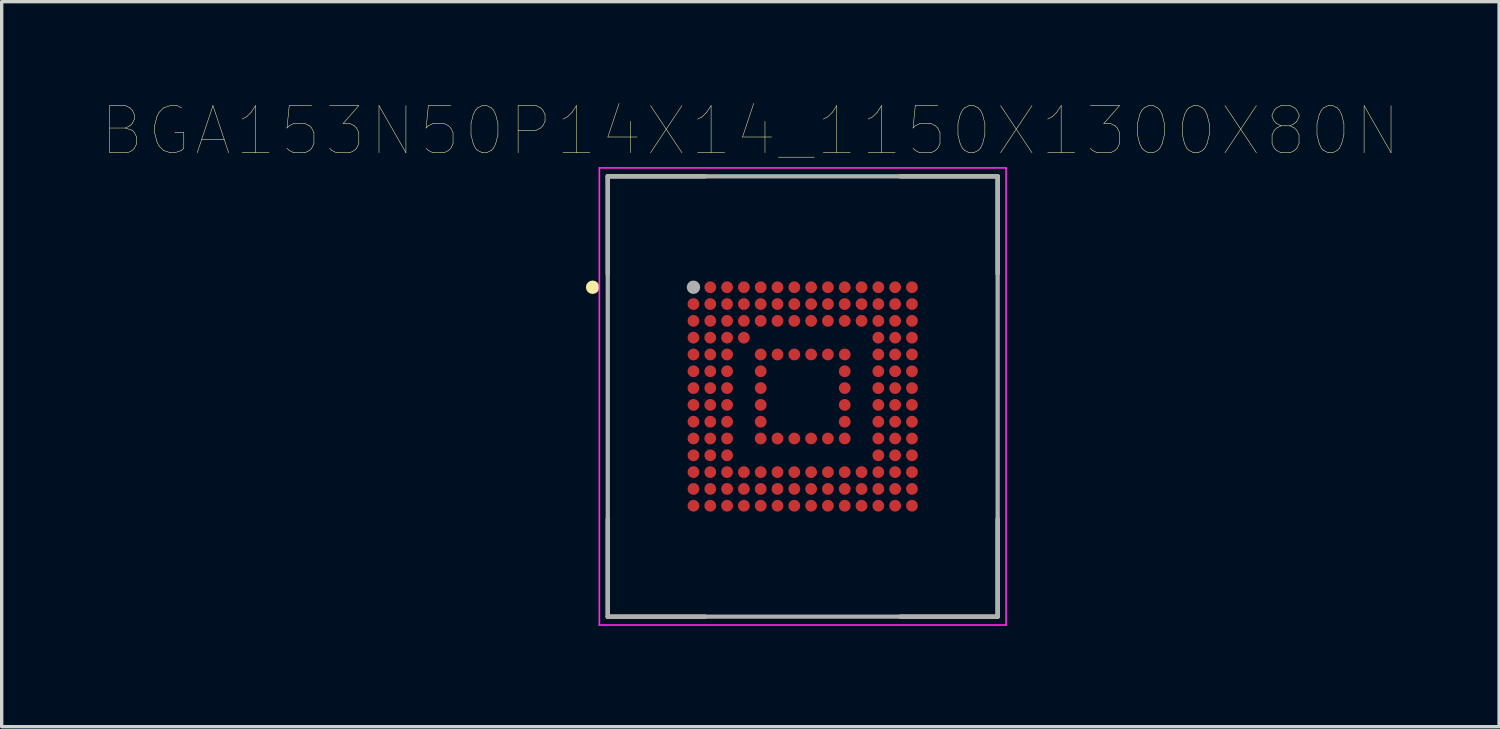
<source format=kicad_pcb>
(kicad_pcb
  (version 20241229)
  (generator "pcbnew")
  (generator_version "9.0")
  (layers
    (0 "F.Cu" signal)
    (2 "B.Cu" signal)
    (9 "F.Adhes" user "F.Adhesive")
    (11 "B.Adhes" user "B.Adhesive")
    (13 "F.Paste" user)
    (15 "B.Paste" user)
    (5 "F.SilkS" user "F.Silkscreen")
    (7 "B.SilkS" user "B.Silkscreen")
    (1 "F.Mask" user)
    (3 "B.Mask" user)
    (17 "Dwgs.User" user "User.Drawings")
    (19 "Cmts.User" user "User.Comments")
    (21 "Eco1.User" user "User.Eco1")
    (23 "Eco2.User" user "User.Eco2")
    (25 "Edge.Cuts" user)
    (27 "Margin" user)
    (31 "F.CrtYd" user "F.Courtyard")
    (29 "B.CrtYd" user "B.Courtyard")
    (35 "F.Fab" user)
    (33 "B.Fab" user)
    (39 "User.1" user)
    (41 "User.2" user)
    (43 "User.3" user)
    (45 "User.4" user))
  (footprint "BGA153N50P14X14_1150X1300X80N"
    (layer "F.Cu")
    (at 20.832 8.746)
    (property "Reference" "BGA153N50P14X14_1150X1300X80N" (at -1.557 -7.9 0) (layer "F.SilkS") (effects (font (size 1.402 1.402) (thickness 0.015))))
    (attr through_hole)
    (fp_line (start -5.8 -6.55) (end -2.9 -6.55) (stroke (width 0.127) (type solid)) (layer "F.SilkS"))
    (fp_line (start -5.8 -3.65) (end -5.8 -6.55) (stroke (width 0.127) (type solid)) (layer "F.SilkS"))
    (fp_line (start -5.8 3.65) (end -5.8 6.55) (stroke (width 0.127) (type solid)) (layer "F.SilkS"))
    (fp_line (start -5.8 6.55) (end -2.9 6.55) (stroke (width 0.127) (type solid)) (layer "F.SilkS"))
    (fp_line (start 2.9 -6.55) (end 5.8 -6.55) (stroke (width 0.127) (type solid)) (layer "F.SilkS"))
    (fp_line (start 2.9 6.55) (end 5.8 6.55) (stroke (width 0.127) (type solid)) (layer "F.SilkS"))
    (fp_line (start 5.8 -6.55) (end 5.8 -3.65) (stroke (width 0.127) (type solid)) (layer "F.SilkS"))
    (fp_line (start 5.8 6.55) (end 5.8 3.65) (stroke (width 0.127) (type solid)) (layer "F.SilkS"))
    (fp_circle (center -6.25 -3.25) (end -6.15 -3.25) (stroke (width 0.2) (type solid)) (fill no) (layer "F.SilkS"))
    (fp_line (start -6.05 -6.8) (end 6.05 -6.8) (stroke (width 0.05) (type solid)) (layer "F.CrtYd"))
    (fp_line (start -6.05 6.8) (end -6.05 -6.8) (stroke (width 0.05) (type solid)) (layer "F.CrtYd"))
    (fp_line (start 6.05 -6.8) (end 6.05 6.8) (stroke (width 0.05) (type solid)) (layer "F.CrtYd"))
    (fp_line (start 6.05 6.8) (end -6.05 6.8) (stroke (width 0.05) (type solid)) (layer "F.CrtYd"))
    (fp_line (start -5.8 -6.55) (end 5.8 -6.55) (stroke (width 0.127) (type solid)) (layer "F.Fab"))
    (fp_line (start -5.8 6.55) (end -5.8 -6.55) (stroke (width 0.127) (type solid)) (layer "F.Fab"))
    (fp_line (start 5.8 -6.55) (end 5.8 6.55) (stroke (width 0.127) (type solid)) (layer "F.Fab"))
    (fp_line (start 5.8 6.55) (end -5.8 6.55) (stroke (width 0.127) (type solid)) (layer "F.Fab"))
    (fp_circle (center -3.25 -3.25) (end -3.15 -3.25) (stroke (width 0.2) (type solid)) (fill no) (layer "F.Fab"))
    (pad "A1" smd circle (at -3.25 -3.25) (size 0.35 0.35) (layers "F.Cu" "F.Mask" "F.Paste"))
    (pad "A2" smd circle (at -2.75 -3.25) (size 0.35 0.35) (layers "F.Cu" "F.Mask" "F.Paste"))
    (pad "A3" smd circle (at -2.25 -3.25) (size 0.35 0.35) (layers "F.Cu" "F.Mask" "F.Paste"))
    (pad "A4" smd circle (at -1.75 -3.25) (size 0.35 0.35) (layers "F.Cu" "F.Mask" "F.Paste"))
    (pad "A5" smd circle (at -1.25 -3.25) (size 0.35 0.35) (layers "F.Cu" "F.Mask" "F.Paste"))
    (pad "A6" smd circle (at -0.75 -3.25) (size 0.35 0.35) (layers "F.Cu" "F.Mask" "F.Paste"))
    (pad "A7" smd circle (at -0.25 -3.25) (size 0.35 0.35) (layers "F.Cu" "F.Mask" "F.Paste"))
    (pad "A8" smd circle (at 0.25 -3.25) (size 0.35 0.35) (layers "F.Cu" "F.Mask" "F.Paste"))
    (pad "A9" smd circle (at 0.75 -3.25) (size 0.35 0.35) (layers "F.Cu" "F.Mask" "F.Paste"))
    (pad "A10" smd circle (at 1.25 -3.25) (size 0.35 0.35) (layers "F.Cu" "F.Mask" "F.Paste"))
    (pad "A11" smd circle (at 1.75 -3.25) (size 0.35 0.35) (layers "F.Cu" "F.Mask" "F.Paste"))
    (pad "A12" smd circle (at 2.25 -3.25) (size 0.35 0.35) (layers "F.Cu" "F.Mask" "F.Paste"))
    (pad "A13" smd circle (at 2.75 -3.25) (size 0.35 0.35) (layers "F.Cu" "F.Mask" "F.Paste"))
    (pad "A14" smd circle (at 3.25 -3.25) (size 0.35 0.35) (layers "F.Cu" "F.Mask" "F.Paste"))
    (pad "B1" smd circle (at -3.25 -2.75) (size 0.35 0.35) (layers "F.Cu" "F.Mask" "F.Paste"))
    (pad "B2" smd circle (at -2.75 -2.75) (size 0.35 0.35) (layers "F.Cu" "F.Mask" "F.Paste"))
    (pad "B3" smd circle (at -2.25 -2.75) (size 0.35 0.35) (layers "F.Cu" "F.Mask" "F.Paste"))
    (pad "B4" smd circle (at -1.75 -2.75) (size 0.35 0.35) (layers "F.Cu" "F.Mask" "F.Paste"))
    (pad "B5" smd circle (at -1.25 -2.75) (size 0.35 0.35) (layers "F.Cu" "F.Mask" "F.Paste"))
    (pad "B6" smd circle (at -0.75 -2.75) (size 0.35 0.35) (layers "F.Cu" "F.Mask" "F.Paste"))
    (pad "B7" smd circle (at -0.25 -2.75) (size 0.35 0.35) (layers "F.Cu" "F.Mask" "F.Paste"))
    (pad "B8" smd circle (at 0.25 -2.75) (size 0.35 0.35) (layers "F.Cu" "F.Mask" "F.Paste"))
    (pad "B9" smd circle (at 0.75 -2.75) (size 0.35 0.35) (layers "F.Cu" "F.Mask" "F.Paste"))
    (pad "B10" smd circle (at 1.25 -2.75) (size 0.35 0.35) (layers "F.Cu" "F.Mask" "F.Paste"))
    (pad "B11" smd circle (at 1.75 -2.75) (size 0.35 0.35) (layers "F.Cu" "F.Mask" "F.Paste"))
    (pad "B12" smd circle (at 2.25 -2.75) (size 0.35 0.35) (layers "F.Cu" "F.Mask" "F.Paste"))
    (pad "B13" smd circle (at 2.75 -2.75) (size 0.35 0.35) (layers "F.Cu" "F.Mask" "F.Paste"))
    (pad "B14" smd circle (at 3.25 -2.75) (size 0.35 0.35) (layers "F.Cu" "F.Mask" "F.Paste"))
    (pad "C1" smd circle (at -3.25 -2.25) (size 0.35 0.35) (layers "F.Cu" "F.Mask" "F.Paste"))
    (pad "C2" smd circle (at -2.75 -2.25) (size 0.35 0.35) (layers "F.Cu" "F.Mask" "F.Paste"))
    (pad "C3" smd circle (at -2.25 -2.25) (size 0.35 0.35) (layers "F.Cu" "F.Mask" "F.Paste"))
    (pad "C4" smd circle (at -1.75 -2.25) (size 0.35 0.35) (layers "F.Cu" "F.Mask" "F.Paste"))
    (pad "C5" smd circle (at -1.25 -2.25) (size 0.35 0.35) (layers "F.Cu" "F.Mask" "F.Paste"))
    (pad "C6" smd circle (at -0.75 -2.25) (size 0.35 0.35) (layers "F.Cu" "F.Mask" "F.Paste"))
    (pad "C7" smd circle (at -0.25 -2.25) (size 0.35 0.35) (layers "F.Cu" "F.Mask" "F.Paste"))
    (pad "C8" smd circle (at 0.25 -2.25) (size 0.35 0.35) (layers "F.Cu" "F.Mask" "F.Paste"))
    (pad "C9" smd circle (at 0.75 -2.25) (size 0.35 0.35) (layers "F.Cu" "F.Mask" "F.Paste"))
    (pad "C10" smd circle (at 1.25 -2.25) (size 0.35 0.35) (layers "F.Cu" "F.Mask" "F.Paste"))
    (pad "C11" smd circle (at 1.75 -2.25) (size 0.35 0.35) (layers "F.Cu" "F.Mask" "F.Paste"))
    (pad "C12" smd circle (at 2.25 -2.25) (size 0.35 0.35) (layers "F.Cu" "F.Mask" "F.Paste"))
    (pad "C13" smd circle (at 2.75 -2.25) (size 0.35 0.35) (layers "F.Cu" "F.Mask" "F.Paste"))
    (pad "C14" smd circle (at 3.25 -2.25) (size 0.35 0.35) (layers "F.Cu" "F.Mask" "F.Paste"))
    (pad "D1" smd circle (at -3.25 -1.75) (size 0.35 0.35) (layers "F.Cu" "F.Mask" "F.Paste"))
    (pad "D2" smd circle (at -2.75 -1.75) (size 0.35 0.35) (layers "F.Cu" "F.Mask" "F.Paste"))
    (pad "D3" smd circle (at -2.25 -1.75) (size 0.35 0.35) (layers "F.Cu" "F.Mask" "F.Paste"))
    (pad "D4" smd circle (at -1.75 -1.75) (size 0.35 0.35) (layers "F.Cu" "F.Mask" "F.Paste"))
    (pad "D12" smd circle (at 2.25 -1.75) (size 0.35 0.35) (layers "F.Cu" "F.Mask" "F.Paste"))
    (pad "D13" smd circle (at 2.75 -1.75) (size 0.35 0.35) (layers "F.Cu" "F.Mask" "F.Paste"))
    (pad "D14" smd circle (at 3.25 -1.75) (size 0.35 0.35) (layers "F.Cu" "F.Mask" "F.Paste"))
    (pad "E1" smd circle (at -3.25 -1.25) (size 0.35 0.35) (layers "F.Cu" "F.Mask" "F.Paste"))
    (pad "E2" smd circle (at -2.75 -1.25) (size 0.35 0.35) (layers "F.Cu" "F.Mask" "F.Paste"))
    (pad "E3" smd circle (at -2.25 -1.25) (size 0.35 0.35) (layers "F.Cu" "F.Mask" "F.Paste"))
    (pad "E5" smd circle (at -1.25 -1.25) (size 0.35 0.35) (layers "F.Cu" "F.Mask" "F.Paste"))
    (pad "E6" smd circle (at -0.75 -1.25) (size 0.35 0.35) (layers "F.Cu" "F.Mask" "F.Paste"))
    (pad "E7" smd circle (at -0.25 -1.25) (size 0.35 0.35) (layers "F.Cu" "F.Mask" "F.Paste"))
    (pad "E8" smd circle (at 0.25 -1.25) (size 0.35 0.35) (layers "F.Cu" "F.Mask" "F.Paste"))
    (pad "E9" smd circle (at 0.75 -1.25) (size 0.35 0.35) (layers "F.Cu" "F.Mask" "F.Paste"))
    (pad "E10" smd circle (at 1.25 -1.25) (size 0.35 0.35) (layers "F.Cu" "F.Mask" "F.Paste"))
    (pad "E12" smd circle (at 2.25 -1.25) (size 0.35 0.35) (layers "F.Cu" "F.Mask" "F.Paste"))
    (pad "E13" smd circle (at 2.75 -1.25) (size 0.35 0.35) (layers "F.Cu" "F.Mask" "F.Paste"))
    (pad "E14" smd circle (at 3.25 -1.25) (size 0.35 0.35) (layers "F.Cu" "F.Mask" "F.Paste"))
    (pad "F1" smd circle (at -3.25 -0.75) (size 0.35 0.35) (layers "F.Cu" "F.Mask" "F.Paste"))
    (pad "F2" smd circle (at -2.75 -0.75) (size 0.35 0.35) (layers "F.Cu" "F.Mask" "F.Paste"))
    (pad "F3" smd circle (at -2.25 -0.75) (size 0.35 0.35) (layers "F.Cu" "F.Mask" "F.Paste"))
    (pad "F5" smd circle (at -1.25 -0.75) (size 0.35 0.35) (layers "F.Cu" "F.Mask" "F.Paste"))
    (pad "F10" smd circle (at 1.25 -0.75) (size 0.35 0.35) (layers "F.Cu" "F.Mask" "F.Paste"))
    (pad "F12" smd circle (at 2.25 -0.75) (size 0.35 0.35) (layers "F.Cu" "F.Mask" "F.Paste"))
    (pad "F13" smd circle (at 2.75 -0.75) (size 0.35 0.35) (layers "F.Cu" "F.Mask" "F.Paste"))
    (pad "F14" smd circle (at 3.25 -0.75) (size 0.35 0.35) (layers "F.Cu" "F.Mask" "F.Paste"))
    (pad "G1" smd circle (at -3.25 -0.25) (size 0.35 0.35) (layers "F.Cu" "F.Mask" "F.Paste"))
    (pad "G2" smd circle (at -2.75 -0.25) (size 0.35 0.35) (layers "F.Cu" "F.Mask" "F.Paste"))
    (pad "G3" smd circle (at -2.25 -0.25) (size 0.35 0.35) (layers "F.Cu" "F.Mask" "F.Paste"))
    (pad "G5" smd circle (at -1.25 -0.25) (size 0.35 0.35) (layers "F.Cu" "F.Mask" "F.Paste"))
    (pad "G10" smd circle (at 1.25 -0.25) (size 0.35 0.35) (layers "F.Cu" "F.Mask" "F.Paste"))
    (pad "G12" smd circle (at 2.25 -0.25) (size 0.35 0.35) (layers "F.Cu" "F.Mask" "F.Paste"))
    (pad "G13" smd circle (at 2.75 -0.25) (size 0.35 0.35) (layers "F.Cu" "F.Mask" "F.Paste"))
    (pad "G14" smd circle (at 3.25 -0.25) (size 0.35 0.35) (layers "F.Cu" "F.Mask" "F.Paste"))
    (pad "H1" smd circle (at -3.25 0.25) (size 0.35 0.35) (layers "F.Cu" "F.Mask" "F.Paste"))
    (pad "H2" smd circle (at -2.75 0.25) (size 0.35 0.35) (layers "F.Cu" "F.Mask" "F.Paste"))
    (pad "H3" smd circle (at -2.25 0.25) (size 0.35 0.35) (layers "F.Cu" "F.Mask" "F.Paste"))
    (pad "H5" smd circle (at -1.25 0.25) (size 0.35 0.35) (layers "F.Cu" "F.Mask" "F.Paste"))
    (pad "H10" smd circle (at 1.25 0.25) (size 0.35 0.35) (layers "F.Cu" "F.Mask" "F.Paste"))
    (pad "H12" smd circle (at 2.25 0.25) (size 0.35 0.35) (layers "F.Cu" "F.Mask" "F.Paste"))
    (pad "H13" smd circle (at 2.75 0.25) (size 0.35 0.35) (layers "F.Cu" "F.Mask" "F.Paste"))
    (pad "H14" smd circle (at 3.25 0.25) (size 0.35 0.35) (layers "F.Cu" "F.Mask" "F.Paste"))
    (pad "J1" smd circle (at -3.25 0.75) (size 0.35 0.35) (layers "F.Cu" "F.Mask" "F.Paste"))
    (pad "J2" smd circle (at -2.75 0.75) (size 0.35 0.35) (layers "F.Cu" "F.Mask" "F.Paste"))
    (pad "J3" smd circle (at -2.25 0.75) (size 0.35 0.35) (layers "F.Cu" "F.Mask" "F.Paste"))
    (pad "J5" smd circle (at -1.25 0.75) (size 0.35 0.35) (layers "F.Cu" "F.Mask" "F.Paste"))
    (pad "J10" smd circle (at 1.25 0.75) (size 0.35 0.35) (layers "F.Cu" "F.Mask" "F.Paste"))
    (pad "J12" smd circle (at 2.25 0.75) (size 0.35 0.35) (layers "F.Cu" "F.Mask" "F.Paste"))
    (pad "J13" smd circle (at 2.75 0.75) (size 0.35 0.35) (layers "F.Cu" "F.Mask" "F.Paste"))
    (pad "J14" smd circle (at 3.25 0.75) (size 0.35 0.35) (layers "F.Cu" "F.Mask" "F.Paste"))
    (pad "K1" smd circle (at -3.25 1.25) (size 0.35 0.35) (layers "F.Cu" "F.Mask" "F.Paste"))
    (pad "K2" smd circle (at -2.75 1.25) (size 0.35 0.35) (layers "F.Cu" "F.Mask" "F.Paste"))
    (pad "K3" smd circle (at -2.25 1.25) (size 0.35 0.35) (layers "F.Cu" "F.Mask" "F.Paste"))
    (pad "K5" smd circle (at -1.25 1.25) (size 0.35 0.35) (layers "F.Cu" "F.Mask" "F.Paste"))
    (pad "K6" smd circle (at -0.75 1.25) (size 0.35 0.35) (layers "F.Cu" "F.Mask" "F.Paste"))
    (pad "K7" smd circle (at -0.25 1.25) (size 0.35 0.35) (layers "F.Cu" "F.Mask" "F.Paste"))
    (pad "K8" smd circle (at 0.25 1.25) (size 0.35 0.35) (layers "F.Cu" "F.Mask" "F.Paste"))
    (pad "K9" smd circle (at 0.75 1.25) (size 0.35 0.35) (layers "F.Cu" "F.Mask" "F.Paste"))
    (pad "K10" smd circle (at 1.25 1.25) (size 0.35 0.35) (layers "F.Cu" "F.Mask" "F.Paste"))
    (pad "K12" smd circle (at 2.25 1.25) (size 0.35 0.35) (layers "F.Cu" "F.Mask" "F.Paste"))
    (pad "K13" smd circle (at 2.75 1.25) (size 0.35 0.35) (layers "F.Cu" "F.Mask" "F.Paste"))
    (pad "K14" smd circle (at 3.25 1.25) (size 0.35 0.35) (layers "F.Cu" "F.Mask" "F.Paste"))
    (pad "L1" smd circle (at -3.25 1.75) (size 0.35 0.35) (layers "F.Cu" "F.Mask" "F.Paste"))
    (pad "L2" smd circle (at -2.75 1.75) (size 0.35 0.35) (layers "F.Cu" "F.Mask" "F.Paste"))
    (pad "L3" smd circle (at -2.25 1.75) (size 0.35 0.35) (layers "F.Cu" "F.Mask" "F.Paste"))
    (pad "L12" smd circle (at 2.25 1.75) (size 0.35 0.35) (layers "F.Cu" "F.Mask" "F.Paste"))
    (pad "L13" smd circle (at 2.75 1.75) (size 0.35 0.35) (layers "F.Cu" "F.Mask" "F.Paste"))
    (pad "L14" smd circle (at 3.25 1.75) (size 0.35 0.35) (layers "F.Cu" "F.Mask" "F.Paste"))
    (pad "M1" smd circle (at -3.25 2.25) (size 0.35 0.35) (layers "F.Cu" "F.Mask" "F.Paste"))
    (pad "M2" smd circle (at -2.75 2.25) (size 0.35 0.35) (layers "F.Cu" "F.Mask" "F.Paste"))
    (pad "M3" smd circle (at -2.25 2.25) (size 0.35 0.35) (layers "F.Cu" "F.Mask" "F.Paste"))
    (pad "M4" smd circle (at -1.75 2.25) (size 0.35 0.35) (layers "F.Cu" "F.Mask" "F.Paste"))
    (pad "M5" smd circle (at -1.25 2.25) (size 0.35 0.35) (layers "F.Cu" "F.Mask" "F.Paste"))
    (pad "M6" smd circle (at -0.75 2.25) (size 0.35 0.35) (layers "F.Cu" "F.Mask" "F.Paste"))
    (pad "M7" smd circle (at -0.25 2.25) (size 0.35 0.35) (layers "F.Cu" "F.Mask" "F.Paste"))
    (pad "M8" smd circle (at 0.25 2.25) (size 0.35 0.35) (layers "F.Cu" "F.Mask" "F.Paste"))
    (pad "M9" smd circle (at 0.75 2.25) (size 0.35 0.35) (layers "F.Cu" "F.Mask" "F.Paste"))
    (pad "M10" smd circle (at 1.25 2.25) (size 0.35 0.35) (layers "F.Cu" "F.Mask" "F.Paste"))
    (pad "M11" smd circle (at 1.75 2.25) (size 0.35 0.35) (layers "F.Cu" "F.Mask" "F.Paste"))
    (pad "M12" smd circle (at 2.25 2.25) (size 0.35 0.35) (layers "F.Cu" "F.Mask" "F.Paste"))
    (pad "M13" smd circle (at 2.75 2.25) (size 0.35 0.35) (layers "F.Cu" "F.Mask" "F.Paste"))
    (pad "M14" smd circle (at 3.25 2.25) (size 0.35 0.35) (layers "F.Cu" "F.Mask" "F.Paste"))
    (pad "N1" smd circle (at -3.25 2.75) (size 0.35 0.35) (layers "F.Cu" "F.Mask" "F.Paste"))
    (pad "N2" smd circle (at -2.75 2.75) (size 0.35 0.35) (layers "F.Cu" "F.Mask" "F.Paste"))
    (pad "N3" smd circle (at -2.25 2.75) (size 0.35 0.35) (layers "F.Cu" "F.Mask" "F.Paste"))
    (pad "N4" smd circle (at -1.75 2.75) (size 0.35 0.35) (layers "F.Cu" "F.Mask" "F.Paste"))
    (pad "N5" smd circle (at -1.25 2.75) (size 0.35 0.35) (layers "F.Cu" "F.Mask" "F.Paste"))
    (pad "N6" smd circle (at -0.75 2.75) (size 0.35 0.35) (layers "F.Cu" "F.Mask" "F.Paste"))
    (pad "N7" smd circle (at -0.25 2.75) (size 0.35 0.35) (layers "F.Cu" "F.Mask" "F.Paste"))
    (pad "N8" smd circle (at 0.25 2.75) (size 0.35 0.35) (layers "F.Cu" "F.Mask" "F.Paste"))
    (pad "N9" smd circle (at 0.75 2.75) (size 0.35 0.35) (layers "F.Cu" "F.Mask" "F.Paste"))
    (pad "N10" smd circle (at 1.25 2.75) (size 0.35 0.35) (layers "F.Cu" "F.Mask" "F.Paste"))
    (pad "N11" smd circle (at 1.75 2.75) (size 0.35 0.35) (layers "F.Cu" "F.Mask" "F.Paste"))
    (pad "N12" smd circle (at 2.25 2.75) (size 0.35 0.35) (layers "F.Cu" "F.Mask" "F.Paste"))
    (pad "N13" smd circle (at 2.75 2.75) (size 0.35 0.35) (layers "F.Cu" "F.Mask" "F.Paste"))
    (pad "N14" smd circle (at 3.25 2.75) (size 0.35 0.35) (layers "F.Cu" "F.Mask" "F.Paste"))
    (pad "P1" smd circle (at -3.25 3.25) (size 0.35 0.35) (layers "F.Cu" "F.Mask" "F.Paste"))
    (pad "P2" smd circle (at -2.75 3.25) (size 0.35 0.35) (layers "F.Cu" "F.Mask" "F.Paste"))
    (pad "P3" smd circle (at -2.25 3.25) (size 0.35 0.35) (layers "F.Cu" "F.Mask" "F.Paste"))
    (pad "P4" smd circle (at -1.75 3.25) (size 0.35 0.35) (layers "F.Cu" "F.Mask" "F.Paste"))
    (pad "P5" smd circle (at -1.25 3.25) (size 0.35 0.35) (layers "F.Cu" "F.Mask" "F.Paste"))
    (pad "P6" smd circle (at -0.75 3.25) (size 0.35 0.35) (layers "F.Cu" "F.Mask" "F.Paste"))
    (pad "P7" smd circle (at -0.25 3.25) (size 0.35 0.35) (layers "F.Cu" "F.Mask" "F.Paste"))
    (pad "P8" smd circle (at 0.25 3.25) (size 0.35 0.35) (layers "F.Cu" "F.Mask" "F.Paste"))
    (pad "P9" smd circle (at 0.75 3.25) (size 0.35 0.35) (layers "F.Cu" "F.Mask" "F.Paste"))
    (pad "P10" smd circle (at 1.25 3.25) (size 0.35 0.35) (layers "F.Cu" "F.Mask" "F.Paste"))
    (pad "P11" smd circle (at 1.75 3.25) (size 0.35 0.35) (layers "F.Cu" "F.Mask" "F.Paste"))
    (pad "P12" smd circle (at 2.25 3.25) (size 0.35 0.35) (layers "F.Cu" "F.Mask" "F.Paste"))
    (pad "P13" smd circle (at 2.75 3.25) (size 0.35 0.35) (layers "F.Cu" "F.Mask" "F.Paste"))
    (pad "P14" smd circle (at 3.25 3.25) (size 0.35 0.35) (layers "F.Cu" "F.Mask" "F.Paste")))
  (gr_rect
    (start -3 -3)
    (end 41.551 18.571)
    (stroke (width 0.1) (type default))
    (fill no)
    (layer "Edge.Cuts")))
</source>
